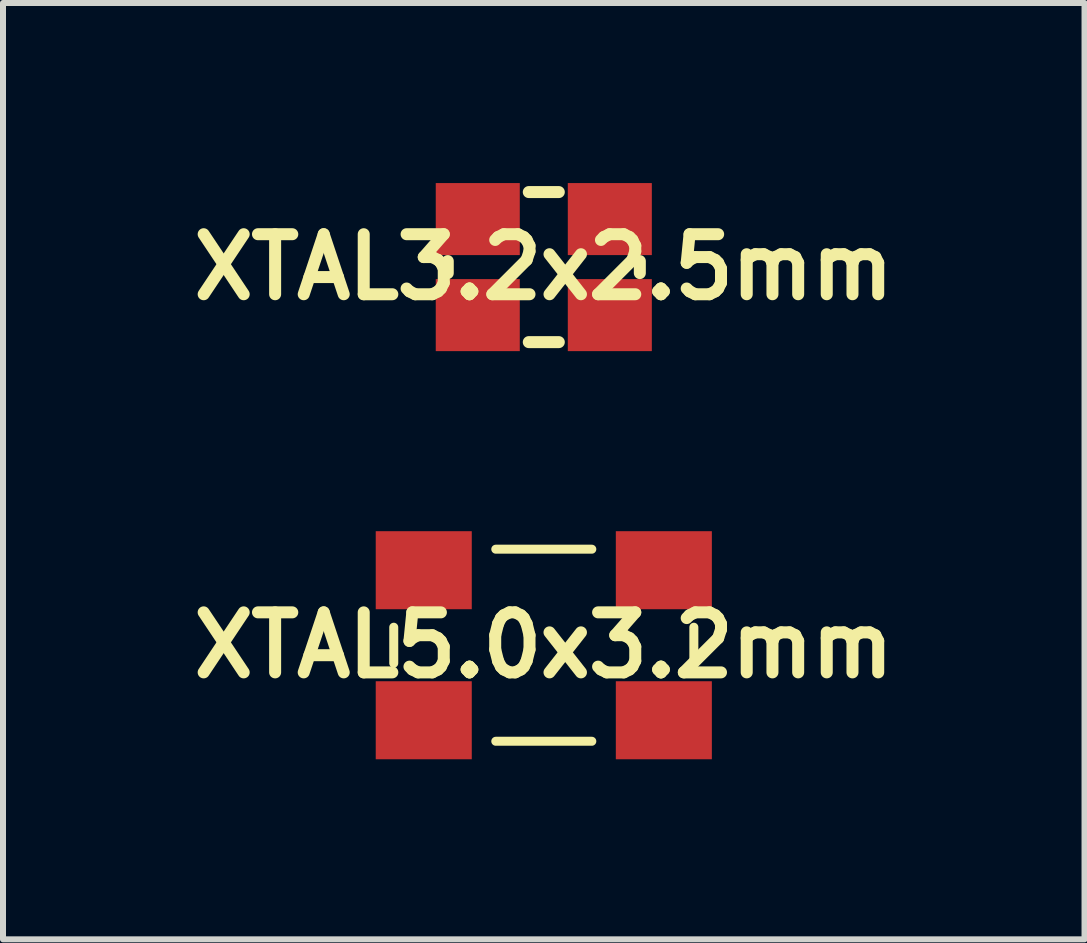
<source format=kicad_pcb>
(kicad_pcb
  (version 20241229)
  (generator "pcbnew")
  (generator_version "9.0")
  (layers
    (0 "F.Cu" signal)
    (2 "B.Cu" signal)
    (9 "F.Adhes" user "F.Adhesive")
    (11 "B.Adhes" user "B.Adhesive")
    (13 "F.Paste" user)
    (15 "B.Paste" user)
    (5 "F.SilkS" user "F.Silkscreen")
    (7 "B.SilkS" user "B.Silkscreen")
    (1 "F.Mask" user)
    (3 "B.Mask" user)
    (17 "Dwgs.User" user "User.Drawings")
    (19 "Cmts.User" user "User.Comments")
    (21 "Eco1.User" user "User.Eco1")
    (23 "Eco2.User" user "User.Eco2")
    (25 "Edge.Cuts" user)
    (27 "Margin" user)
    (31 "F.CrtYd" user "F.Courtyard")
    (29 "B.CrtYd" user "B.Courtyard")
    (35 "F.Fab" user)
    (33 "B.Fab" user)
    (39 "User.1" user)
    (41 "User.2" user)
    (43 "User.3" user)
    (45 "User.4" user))
  (footprint "XTAL3.2x2.5mm"
    (layer "F.Cu")
    (at 6.01 1.4)
    (property "Reference" "XTAL3.2x2.5mm" (at 0 0 0) (layer "F.SilkS") (effects (font (size 1 1) (thickness 0.2))))
    (attr smd)
    (fp_line (start -1.6 0.1) (end -1.6 -0.1) (stroke (width 0.2) (type solid)) (layer "F.SilkS"))
    (fp_line (start -0.25 -1.25) (end 0.25 -1.25) (stroke (width 0.2) (type solid)) (layer "F.SilkS"))
    (fp_line (start -0.25 1.25) (end 0.25 1.25) (stroke (width 0.2) (type solid)) (layer "F.SilkS"))
    (fp_line (start 1.6 0.1) (end 1.6 -0.1) (stroke (width 0.2) (type solid)) (layer "F.SilkS"))
    (pad "1" smd rect (at -1.1 0.8) (size 1.4 1.2) (layers "F.Cu" "F.Mask" "F.Paste"))
    (pad "2" smd rect (at 1.1 0.8) (size 1.4 1.2) (layers "F.Cu" "F.Mask" "F.Paste"))
    (pad "3" smd rect (at 1.1 -0.8) (size 1.4 1.2) (layers "F.Cu" "F.Mask" "F.Paste"))
    (pad "4" smd rect (at -1.1 -0.8) (size 1.4 1.2) (layers "F.Cu" "F.Mask" "F.Paste")))
  (footprint "XTAL5.0x3.2mm"
    (layer "F.Cu")
    (at 6.01 7.7)
    (property "Reference" "XTAL5.0x3.2mm" (at 0 0 0) (layer "F.SilkS") (effects (font (size 1 1) (thickness 0.2))))
    (attr smd)
    (fp_line (start -2.5 -0.3) (end -2.5 0.3) (stroke (width 0.15) (type solid)) (layer "F.SilkS"))
    (fp_line (start -0.8 -1.6) (end 0.8 -1.6) (stroke (width 0.15) (type solid)) (layer "F.SilkS"))
    (fp_line (start -0.8 1.6) (end 0.8 1.6) (stroke (width 0.15) (type solid)) (layer "F.SilkS"))
    (fp_line (start 2.5 -0.3) (end 2.5 0.3) (stroke (width 0.15) (type solid)) (layer "F.SilkS"))
    (pad "1" smd rect (at -2 1.25) (size 1.6 1.3) (layers "F.Cu" "F.Mask" "F.Paste"))
    (pad "2" smd rect (at 2 1.25) (size 1.6 1.3) (layers "F.Cu" "F.Mask" "F.Paste"))
    (pad "3" smd rect (at 2 -1.25) (size 1.6 1.3) (layers "F.Cu" "F.Mask" "F.Paste"))
    (pad "4" smd rect (at -2 -1.25) (size 1.6 1.3) (layers "F.Cu" "F.Mask" "F.Paste")))
  (gr_rect
    (start -3 -3)
    (end 15.019 12.6)
    (stroke (width 0.1) (type default))
    (fill no)
    (layer "Edge.Cuts")))
</source>
